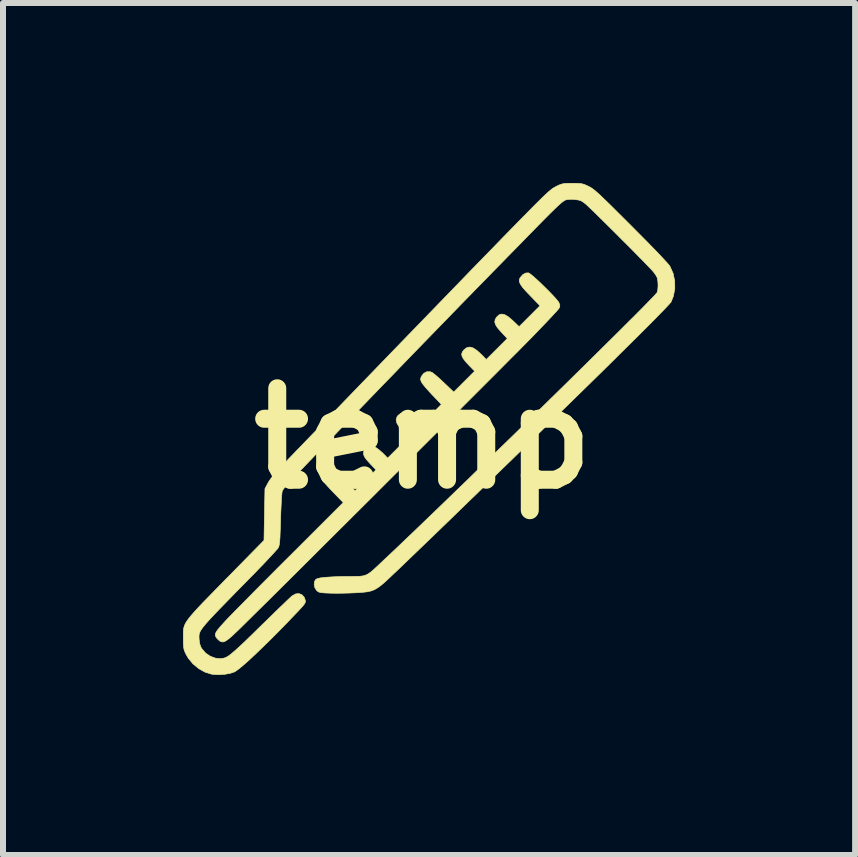
<source format=kicad_pcb>
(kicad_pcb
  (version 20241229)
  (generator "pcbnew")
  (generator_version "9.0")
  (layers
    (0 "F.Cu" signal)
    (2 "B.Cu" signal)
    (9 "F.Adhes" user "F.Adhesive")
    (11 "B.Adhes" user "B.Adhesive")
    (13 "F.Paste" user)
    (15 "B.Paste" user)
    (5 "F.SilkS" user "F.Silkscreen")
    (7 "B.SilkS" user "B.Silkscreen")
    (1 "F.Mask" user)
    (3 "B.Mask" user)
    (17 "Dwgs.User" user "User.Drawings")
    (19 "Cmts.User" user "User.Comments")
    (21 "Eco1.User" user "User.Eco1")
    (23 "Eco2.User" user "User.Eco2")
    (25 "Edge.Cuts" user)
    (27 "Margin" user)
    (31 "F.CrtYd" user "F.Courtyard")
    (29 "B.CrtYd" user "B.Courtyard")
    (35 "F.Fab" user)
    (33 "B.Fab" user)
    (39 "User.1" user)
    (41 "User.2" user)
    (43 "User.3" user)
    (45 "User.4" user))
  (footprint "temp"
    (layer "F.Cu")
    (at 4.002 4.256)
    (property "Reference" "temp" (at 0 0 0) (layer "F.SilkS") (effects (font (size 1.524 1.524) (thickness 0.3))))
    (attr through_hole)
    (fp_poly (pts (xy 1.781 -2.744) (xy 1.821 -2.712) (xy 1.874 -2.666) (xy 1.935 -2.61) (xy 2 -2.547) (xy 2.066 -2.482) (xy 2.129 -2.418) (xy 2.184 -2.36) (xy 2.227 -2.311) (xy 2.256 -2.275) (xy 2.263 -2.263) (xy 2.278 -2.225) (xy 2.277 -2.196) (xy 2.267 -2.17) (xy 2.252 -2.151) (xy 2.219 -2.113) (xy 2.169 -2.059) (xy 2.105 -1.99) (xy 2.029 -1.91) (xy 1.943 -1.821) (xy 1.851 -1.725) (xy 1.792 -1.664) (xy 1.738 -1.61) (xy 1.666 -1.537) (xy 1.577 -1.446) (xy 1.47 -1.34) (xy 1.349 -1.218) (xy 1.214 -1.082) (xy 1.066 -0.934) (xy 0.907 -0.775) (xy 0.737 -0.605) (xy 0.559 -0.427) (xy 0.373 -0.241) (xy 0.181 -0.049) (xy -0.017 0.148) (xy -0.218 0.349) (xy -0.422 0.553) (xy -0.628 0.758) (xy -0.833 0.963) (xy -1.037 1.166) (xy -1.239 1.367) (xy -1.438 1.565) (xy -1.631 1.757) (xy -1.818 1.944) (xy -1.998 2.123) (xy -2.169 2.293) (xy -2.33 2.453) (xy -2.48 2.602) (xy -2.618 2.739) (xy -2.742 2.861) (xy -2.851 2.969) (xy -2.944 3.061) (xy -3.019 3.135) (xy -3.076 3.191) (xy -3.111 3.224) (xy -3.187 3.296) (xy -3.246 3.346) (xy -3.292 3.378) (xy -3.33 3.393) (xy -3.361 3.391) (xy -3.391 3.376) (xy -3.423 3.348) (xy -3.448 3.319) (xy -3.462 3.292) (xy -3.464 3.264) (xy -3.45 3.229) (xy -3.42 3.186) (xy -3.372 3.129) (xy -3.305 3.055) (xy -3.296 3.045) (xy -3.259 3.006) (xy -3.202 2.947) (xy -3.129 2.872) (xy -3.04 2.782) (xy -2.937 2.678) (xy -2.824 2.563) (xy -2.701 2.439) (xy -2.57 2.308) (xy -2.434 2.171) (xy -2.294 2.031) (xy -2.228 1.966) (xy -1.331 1.07) (xy -1.501 0.895) (xy -1.559 0.834) (xy -1.61 0.778) (xy -1.65 0.732) (xy -1.674 0.699) (xy -1.681 0.688) (xy -1.683 0.638) (xy -1.661 0.591) (xy -1.623 0.553) (xy -1.573 0.531) (xy -1.522 0.531) (xy -1.491 0.547) (xy -1.442 0.584) (xy -1.376 0.641) (xy -1.306 0.706) (xy -1.134 0.872) (xy -0.786 0.524) (xy -0.878 0.428) (xy -0.936 0.364) (xy -0.973 0.314) (xy -0.991 0.272) (xy -0.993 0.232) (xy -0.986 0.202) (xy -0.956 0.155) (xy -0.906 0.126) (xy -0.86 0.12) (xy -0.827 0.13) (xy -0.781 0.157) (xy -0.727 0.198) (xy -0.671 0.247) (xy -0.636 0.282) (xy -0.591 0.329) (xy -0.423 0.161) (xy -0.365 0.103) (xy -0.316 0.052) (xy -0.279 0.011) (xy -0.258 -0.015) (xy -0.254 -0.023) (xy -0.264 -0.04) (xy -0.29 -0.072) (xy -0.327 -0.11) (xy -0.33 -0.113) (xy -0.398 -0.189) (xy -0.438 -0.255) (xy -0.45 -0.314) (xy -0.433 -0.363) (xy -0.415 -0.385) (xy -0.374 -0.416) (xy -0.335 -0.429) (xy -0.294 -0.424) (xy -0.245 -0.399) (xy -0.186 -0.352) (xy -0.13 -0.301) (xy -0.043 -0.218) (xy 0.304 -0.566) (xy 0.15 -0.727) (xy 0.094 -0.788) (xy 0.043 -0.845) (xy 0.003 -0.894) (xy -0.022 -0.929) (xy -0.027 -0.937) (xy -0.041 -0.973) (xy -0.041 -1.001) (xy -0.026 -1.037) (xy 0.011 -1.084) (xy 0.061 -1.11) (xy 0.117 -1.11) (xy 0.147 -1.1) (xy 0.173 -1.081) (xy 0.216 -1.046) (xy 0.269 -1) (xy 0.328 -0.945) (xy 0.35 -0.924) (xy 0.51 -0.772) (xy 0.859 -1.12) (xy 0.775 -1.206) (xy 0.71 -1.276) (xy 0.668 -1.331) (xy 0.646 -1.376) (xy 0.644 -1.414) (xy 0.66 -1.45) (xy 0.686 -1.48) (xy 0.731 -1.513) (xy 0.779 -1.522) (xy 0.833 -1.507) (xy 0.895 -1.467) (xy 0.968 -1.401) (xy 0.993 -1.376) (xy 1.052 -1.314) (xy 1.228 -1.489) (xy 1.403 -1.664) (xy 1.299 -1.775) (xy 1.241 -1.841) (xy 1.207 -1.895) (xy 1.194 -1.94) (xy 1.201 -1.981) (xy 1.225 -2.021) (xy 1.265 -2.058) (xy 1.309 -2.072) (xy 1.359 -2.062) (xy 1.419 -2.027) (xy 1.491 -1.966) (xy 1.504 -1.954) (xy 1.6 -1.862) (xy 1.948 -2.21) (xy 1.782 -2.381) (xy 1.709 -2.458) (xy 1.656 -2.519) (xy 1.622 -2.568) (xy 1.605 -2.607) (xy 1.602 -2.64) (xy 1.613 -2.67) (xy 1.62 -2.682) (xy 1.663 -2.73) (xy 1.712 -2.756) (xy 1.757 -2.758) (xy 1.781 -2.744)) (stroke (width 0.01) (type solid)) (fill yes) (layer "F.SilkS"))
    (fp_poly (pts (xy 2.562 -4.25) (xy 2.615 -4.248) (xy 2.656 -4.241) (xy 2.694 -4.229) (xy 2.737 -4.21) (xy 2.757 -4.2) (xy 2.781 -4.188) (xy 2.805 -4.174) (xy 2.831 -4.155) (xy 2.862 -4.132) (xy 2.898 -4.1) (xy 2.943 -4.06) (xy 2.997 -4.008) (xy 3.064 -3.944) (xy 3.144 -3.866) (xy 3.239 -3.771) (xy 3.352 -3.659) (xy 3.468 -3.543) (xy 3.6 -3.41) (xy 3.72 -3.289) (xy 3.827 -3.179) (xy 3.919 -3.084) (xy 3.995 -3.003) (xy 4.054 -2.939) (xy 4.095 -2.893) (xy 4.115 -2.866) (xy 4.115 -2.865) (xy 4.167 -2.749) (xy 4.193 -2.623) (xy 4.195 -2.494) (xy 4.171 -2.369) (xy 4.133 -2.274) (xy 4.117 -2.254) (xy 4.08 -2.213) (xy 4.023 -2.153) (xy 3.947 -2.075) (xy 3.853 -1.979) (xy 3.741 -1.866) (xy 3.612 -1.737) (xy 3.467 -1.593) (xy 3.307 -1.435) (xy 3.133 -1.262) (xy 2.945 -1.077) (xy 2.744 -0.88) (xy 2.53 -0.671) (xy 2.306 -0.452) (xy 2.071 -0.222) (xy 1.826 0.016) (xy 1.703 0.135) (xy 1.585 0.25) (xy 1.464 0.368) (xy 1.343 0.485) (xy 1.226 0.599) (xy 1.117 0.705) (xy 1.019 0.801) (xy 0.935 0.882) (xy 0.882 0.934) (xy 0.75 1.061) (xy 0.609 1.198) (xy 0.461 1.342) (xy 0.31 1.488) (xy 0.159 1.634) (xy 0.011 1.776) (xy -0.129 1.911) (xy -0.258 2.035) (xy -0.373 2.146) (xy -0.471 2.239) (xy -0.475 2.242) (xy -0.568 2.331) (xy -0.644 2.401) (xy -0.708 2.455) (xy -0.764 2.495) (xy -0.816 2.524) (xy -0.87 2.544) (xy -0.928 2.557) (xy -0.997 2.565) (xy -1.081 2.571) (xy -1.128 2.574) (xy -1.229 2.578) (xy -1.338 2.581) (xy -1.444 2.582) (xy -1.534 2.581) (xy -1.552 2.58) (xy -1.63 2.577) (xy -1.684 2.573) (xy -1.72 2.567) (xy -1.744 2.559) (xy -1.763 2.546) (xy -1.776 2.534) (xy -1.804 2.489) (xy -1.816 2.435) (xy -1.809 2.384) (xy -1.789 2.351) (xy -1.759 2.336) (xy -1.701 2.324) (xy -1.615 2.315) (xy -1.503 2.308) (xy -1.366 2.303) (xy -1.24 2.302) (xy -1.147 2.301) (xy -1.075 2.3) (xy -1.017 2.295) (xy -0.969 2.284) (xy -0.925 2.264) (xy -0.881 2.235) (xy -0.829 2.192) (xy -0.766 2.134) (xy -0.69 2.062) (xy -0.577 1.956) (xy -0.45 1.836) (xy -0.311 1.703) (xy -0.161 1.56) (xy 0.000037 1.405) (xy 0.17 1.242) (xy 0.347 1.071) (xy 0.531 0.893) (xy 0.721 0.71) (xy 0.914 0.521) (xy 1.111 0.33) (xy 1.31 0.136) (xy 1.51 -0.058) (xy 1.709 -0.253) (xy 1.907 -0.446) (xy 2.102 -0.637) (xy 2.293 -0.824) (xy 2.479 -1.007) (xy 2.659 -1.184) (xy 2.831 -1.354) (xy 2.995 -1.516) (xy 3.149 -1.668) (xy 3.292 -1.81) (xy 3.423 -1.941) (xy 3.541 -2.058) (xy 3.644 -2.162) (xy 3.731 -2.251) (xy 3.802 -2.324) (xy 3.855 -2.379) (xy 3.888 -2.416) (xy 3.902 -2.434) (xy 3.902 -2.434) (xy 3.912 -2.482) (xy 3.916 -2.546) (xy 3.913 -2.612) (xy 3.904 -2.668) (xy 3.9 -2.681) (xy 3.88 -2.718) (xy 3.849 -2.762) (xy 3.83 -2.785) (xy 3.798 -2.82) (xy 3.748 -2.872) (xy 3.682 -2.941) (xy 3.603 -3.021) (xy 3.514 -3.112) (xy 3.417 -3.21) (xy 3.315 -3.311) (xy 3.212 -3.415) (xy 3.109 -3.517) (xy 3.01 -3.615) (xy 2.941 -3.683) (xy 2.857 -3.766) (xy 2.79 -3.83) (xy 2.739 -3.879) (xy 2.699 -3.914) (xy 2.668 -3.938) (xy 2.642 -3.954) (xy 2.619 -3.964) (xy 2.595 -3.971) (xy 2.578 -3.974) (xy 2.503 -3.984) (xy 2.429 -3.983) (xy 2.416 -3.981) (xy 2.4 -3.979) (xy 2.385 -3.976) (xy 2.37 -3.971) (xy 2.353 -3.962) (xy 2.332 -3.948) (xy 2.306 -3.928) (xy 2.274 -3.9) (xy 2.233 -3.862) (xy 2.183 -3.814) (xy 2.122 -3.754) (xy 2.049 -3.681) (xy 1.961 -3.592) (xy 1.858 -3.487) (xy 1.738 -3.365) (xy 1.6 -3.223) (xy 1.509 -3.13) (xy 1.405 -3.024) (xy 1.29 -2.906) (xy 1.17 -2.784) (xy 1.052 -2.663) (xy 0.942 -2.551) (xy 0.846 -2.453) (xy 0.844 -2.45) (xy 0.747 -2.351) (xy 0.631 -2.232) (xy 0.499 -2.096) (xy 0.353 -1.946) (xy 0.195 -1.783) (xy 0.028 -1.611) (xy -0.147 -1.431) (xy -0.327 -1.245) (xy -0.509 -1.056) (xy -0.693 -0.867) (xy -0.874 -0.679) (xy -1.052 -0.495) (xy -1.224 -0.317) (xy -1.388 -0.148) (xy -1.54 0.011) (xy -1.681 0.156) (xy -1.806 0.287) (xy -1.846 0.329) (xy -1.961 0.449) (xy -2.057 0.549) (xy -2.136 0.632) (xy -2.199 0.699) (xy -2.248 0.752) (xy -2.285 0.794) (xy -2.312 0.825) (xy -2.33 0.849) (xy -2.342 0.866) (xy -2.347 0.878) (xy -2.352 0.903) (xy -2.357 0.954) (xy -2.362 1.026) (xy -2.366 1.116) (xy -2.371 1.218) (xy -2.375 1.329) (xy -2.375 1.346) (xy -2.379 1.475) (xy -2.383 1.578) (xy -2.386 1.658) (xy -2.391 1.718) (xy -2.396 1.762) (xy -2.402 1.793) (xy -2.409 1.814) (xy -2.412 1.82) (xy -2.427 1.841) (xy -2.462 1.88) (xy -2.512 1.936) (xy -2.577 2.005) (xy -2.653 2.086) (xy -2.739 2.175) (xy -2.831 2.27) (xy -2.873 2.312) (xy -3.028 2.47) (xy -3.163 2.608) (xy -3.28 2.728) (xy -3.38 2.831) (xy -3.465 2.919) (xy -3.535 2.993) (xy -3.592 3.056) (xy -3.637 3.108) (xy -3.672 3.152) (xy -3.698 3.188) (xy -3.716 3.219) (xy -3.727 3.246) (xy -3.733 3.271) (xy -3.735 3.295) (xy -3.735 3.32) (xy -3.733 3.347) (xy -3.733 3.355) (xy -3.723 3.426) (xy -3.703 3.481) (xy -3.685 3.51) (xy -3.625 3.579) (xy -3.548 3.631) (xy -3.463 3.663) (xy -3.377 3.672) (xy -3.316 3.662) (xy -3.292 3.653) (xy -3.265 3.64) (xy -3.234 3.62) (xy -3.197 3.591) (xy -3.152 3.553) (xy -3.096 3.504) (xy -3.028 3.441) (xy -2.946 3.363) (xy -2.848 3.268) (xy -2.732 3.154) (xy -2.66 3.084) (xy -2.564 2.991) (xy -2.474 2.902) (xy -2.391 2.822) (xy -2.318 2.752) (xy -2.259 2.695) (xy -2.214 2.653) (xy -2.188 2.629) (xy -2.184 2.626) (xy -2.126 2.593) (xy -2.069 2.587) (xy -2.019 2.607) (xy -1.981 2.65) (xy -1.964 2.699) (xy -1.962 2.717) (xy -1.965 2.735) (xy -1.976 2.757) (xy -1.998 2.786) (xy -2.033 2.826) (xy -2.084 2.881) (xy -2.145 2.945) (xy -2.286 3.092) (xy -2.423 3.232) (xy -2.554 3.363) (xy -2.677 3.483) (xy -2.79 3.592) (xy -2.891 3.687) (xy -2.98 3.766) (xy -3.053 3.828) (xy -3.11 3.871) (xy -3.143 3.892) (xy -3.214 3.916) (xy -3.304 3.932) (xy -3.4 3.939) (xy -3.492 3.935) (xy -3.527 3.93) (xy -3.636 3.896) (xy -3.741 3.837) (xy -3.836 3.758) (xy -3.914 3.664) (xy -3.957 3.589) (xy -3.974 3.55) (xy -3.986 3.514) (xy -3.992 3.474) (xy -3.996 3.422) (xy -3.997 3.35) (xy -3.997 3.324) (xy -3.997 3.277) (xy -3.997 3.235) (xy -3.995 3.198) (xy -3.99 3.162) (xy -3.98 3.128) (xy -3.965 3.091) (xy -3.942 3.052) (xy -3.91 3.007) (xy -3.868 2.955) (xy -3.815 2.894) (xy -3.749 2.822) (xy -3.669 2.737) (xy -3.572 2.638) (xy -3.459 2.522) (xy -3.328 2.388) (xy -3.229 2.288) (xy -2.652 1.7) (xy -2.644 1.269) (xy -2.636 0.839) (xy -2.584 0.741) (xy -2.564 0.707) (xy -2.536 0.668) (xy -2.499 0.621) (xy -2.449 0.563) (xy -2.385 0.493) (xy -2.304 0.408) (xy -2.205 0.304) (xy -2.189 0.288) (xy -2.123 0.219) (xy -2.038 0.132) (xy -1.938 0.028) (xy -1.824 -0.09) (xy -1.699 -0.219) (xy -1.566 -0.357) (xy -1.428 -0.5) (xy -1.285 -0.648) (xy -1.142 -0.796) (xy -1 -0.943) (xy -0.994 -0.949) (xy -0.678 -1.276) (xy -0.382 -1.582) (xy -0.105 -1.868) (xy 0.152 -2.133) (xy 0.39 -2.379) (xy 0.61 -2.606) (xy 0.812 -2.815) (xy 0.997 -3.005) (xy 1.166 -3.178) (xy 1.317 -3.334) (xy 1.453 -3.473) (xy 1.574 -3.597) (xy 1.68 -3.705) (xy 1.72 -3.745) (xy 1.824 -3.851) (xy 1.911 -3.938) (xy 1.982 -4.008) (xy 2.039 -4.063) (xy 2.085 -4.105) (xy 2.124 -4.138) (xy 2.156 -4.163) (xy 2.185 -4.181) (xy 2.214 -4.197) (xy 2.221 -4.201) (xy 2.268 -4.223) (xy 2.306 -4.237) (xy 2.344 -4.246) (xy 2.392 -4.25) (xy 2.457 -4.251) (xy 2.488 -4.251) (xy 2.562 -4.25)) (stroke (width 0.01) (type solid)) (fill yes) (layer "F.SilkS")))
  (gr_rect
    (start -3 -3)
    (end 11.202 11.2)
    (stroke (width 0.1) (type default))
    (fill no)
    (layer "Edge.Cuts")))
</source>
